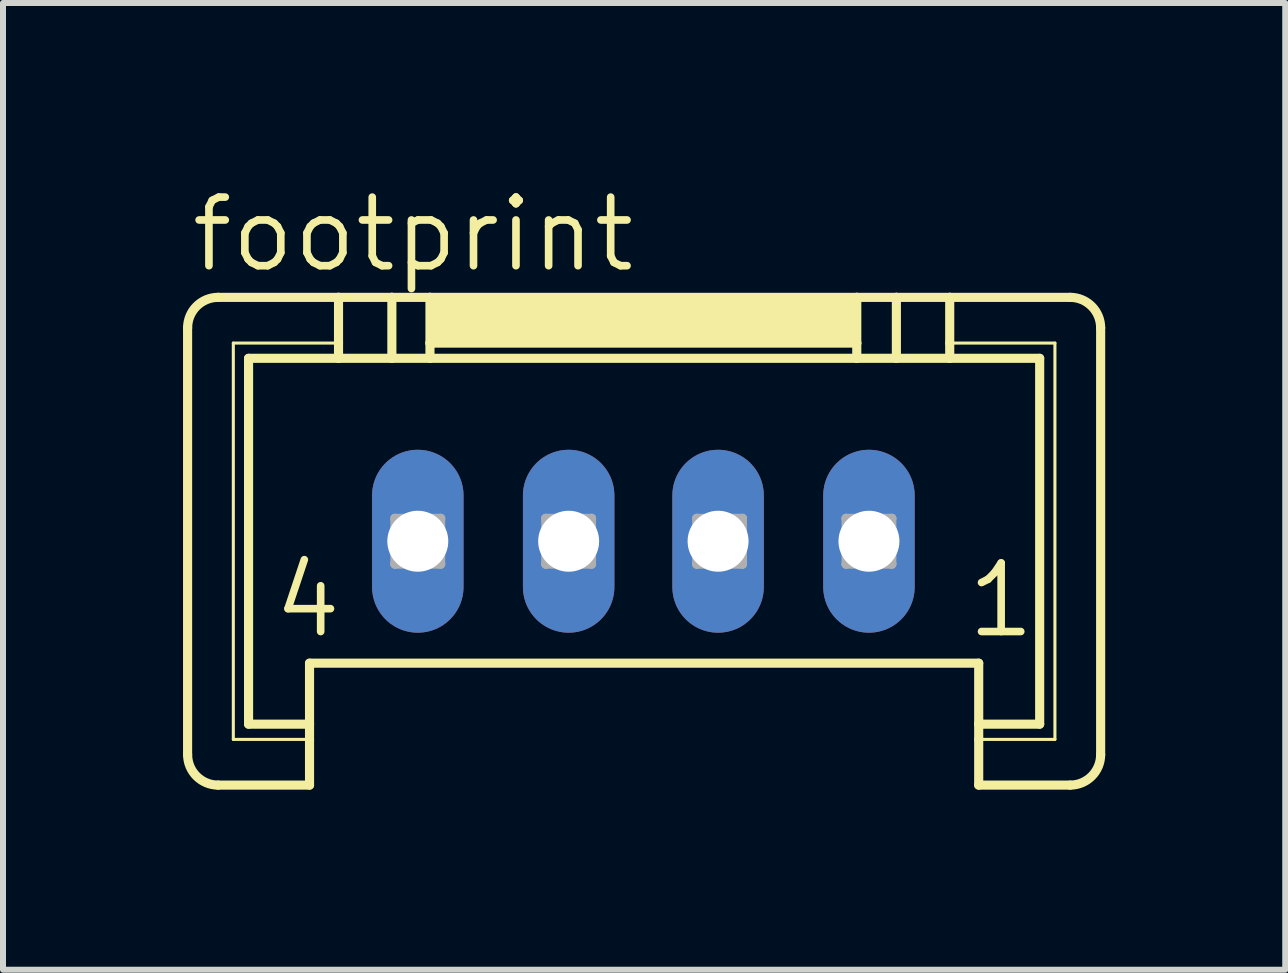
<source format=kicad_pcb>
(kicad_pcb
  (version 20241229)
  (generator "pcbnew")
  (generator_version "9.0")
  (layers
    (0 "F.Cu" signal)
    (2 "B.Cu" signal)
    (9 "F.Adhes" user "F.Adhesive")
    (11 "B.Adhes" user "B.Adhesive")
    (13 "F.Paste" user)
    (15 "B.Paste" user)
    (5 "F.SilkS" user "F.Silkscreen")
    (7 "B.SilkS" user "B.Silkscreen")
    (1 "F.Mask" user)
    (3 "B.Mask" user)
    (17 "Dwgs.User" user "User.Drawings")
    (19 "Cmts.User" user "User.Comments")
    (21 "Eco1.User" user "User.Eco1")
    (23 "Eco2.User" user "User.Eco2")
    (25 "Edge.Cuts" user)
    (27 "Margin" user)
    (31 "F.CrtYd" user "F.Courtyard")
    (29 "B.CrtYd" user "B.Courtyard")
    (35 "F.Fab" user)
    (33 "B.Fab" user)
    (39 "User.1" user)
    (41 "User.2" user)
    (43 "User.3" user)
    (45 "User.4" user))
  (footprint "footprint"
    (layer "F.Cu")
    (at 7.671 3.429)
    (property "Reference" "footprint" (at -7.595 -1.905 0) (layer "F.SilkS") (effects (font (size 1.143 1.143) (thickness 0.127)) (justify left bottom)))
    (fp_line (start -7.595 6.096) (end -7.595 -1.016) (stroke (width 0.152) (type solid)) (layer "F.SilkS"))
    (fp_line (start -7.087 -1.524) (end -5.08 -1.524) (stroke (width 0.152) (type solid)) (layer "F.SilkS"))
    (fp_line (start -6.833 -0.762) (end -5.08 -0.762) (stroke (width 0.051) (type solid)) (layer "F.SilkS"))
    (fp_line (start -6.833 5.842) (end -6.833 -0.762) (stroke (width 0.051) (type solid)) (layer "F.SilkS"))
    (fp_line (start -6.579 -0.508) (end -5.08 -0.508) (stroke (width 0.152) (type solid)) (layer "F.SilkS"))
    (fp_line (start -6.579 5.588) (end -6.579 -0.508) (stroke (width 0.152) (type solid)) (layer "F.SilkS"))
    (fp_line (start -5.563 5.588) (end -6.579 5.588) (stroke (width 0.152) (type solid)) (layer "F.SilkS"))
    (fp_line (start -5.563 5.588) (end -5.563 4.572) (stroke (width 0.152) (type solid)) (layer "F.SilkS"))
    (fp_line (start -5.563 5.588) (end -5.563 5.842) (stroke (width 0.152) (type solid)) (layer "F.SilkS"))
    (fp_line (start -5.563 5.842) (end -6.833 5.842) (stroke (width 0.051) (type solid)) (layer "F.SilkS"))
    (fp_line (start -5.563 5.842) (end -5.563 6.604) (stroke (width 0.152) (type solid)) (layer "F.SilkS"))
    (fp_line (start -5.563 6.604) (end -7.087 6.604) (stroke (width 0.152) (type solid)) (layer "F.SilkS"))
    (fp_line (start -5.08 -1.524) (end -5.08 -0.762) (stroke (width 0.152) (type solid)) (layer "F.SilkS"))
    (fp_line (start -5.08 -1.524) (end -4.191 -1.524) (stroke (width 0.152) (type solid)) (layer "F.SilkS"))
    (fp_line (start -5.08 -0.762) (end -5.08 -0.508) (stroke (width 0.152) (type solid)) (layer "F.SilkS"))
    (fp_line (start -5.08 -0.508) (end -4.191 -0.508) (stroke (width 0.152) (type solid)) (layer "F.SilkS"))
    (fp_line (start -4.191 -1.524) (end -4.191 -0.508) (stroke (width 0.152) (type solid)) (layer "F.SilkS"))
    (fp_line (start -4.191 -1.524) (end -3.556 -1.524) (stroke (width 0.152) (type solid)) (layer "F.SilkS"))
    (fp_line (start -4.191 -0.508) (end -3.556 -0.508) (stroke (width 0.152) (type solid)) (layer "F.SilkS"))
    (fp_line (start -3.556 -1.524) (end -3.556 -0.762) (stroke (width 0.152) (type solid)) (layer "F.SilkS"))
    (fp_line (start -3.556 -1.524) (end 3.556 -1.524) (stroke (width 0.152) (type solid)) (layer "F.SilkS"))
    (fp_line (start -3.556 -0.762) (end -3.556 -0.508) (stroke (width 0.152) (type solid)) (layer "F.SilkS"))
    (fp_line (start -3.556 -0.762) (end 3.556 -0.762) (stroke (width 0.152) (type solid)) (layer "F.SilkS"))
    (fp_line (start -3.556 -0.508) (end 3.556 -0.508) (stroke (width 0.152) (type solid)) (layer "F.SilkS"))
    (fp_line (start 3.556 -1.524) (end 3.556 -0.762) (stroke (width 0.152) (type solid)) (layer "F.SilkS"))
    (fp_line (start 3.556 -1.524) (end 4.216 -1.524) (stroke (width 0.152) (type solid)) (layer "F.SilkS"))
    (fp_line (start 3.556 -0.762) (end 3.556 -0.508) (stroke (width 0.152) (type solid)) (layer "F.SilkS"))
    (fp_line (start 3.556 -0.508) (end 4.216 -0.508) (stroke (width 0.152) (type solid)) (layer "F.SilkS"))
    (fp_line (start 4.216 -1.524) (end 4.216 -0.508) (stroke (width 0.152) (type solid)) (layer "F.SilkS"))
    (fp_line (start 4.216 -1.524) (end 5.105 -1.524) (stroke (width 0.152) (type solid)) (layer "F.SilkS"))
    (fp_line (start 4.216 -0.508) (end 5.105 -0.508) (stroke (width 0.152) (type solid)) (layer "F.SilkS"))
    (fp_line (start 5.105 -1.524) (end 5.105 -0.762) (stroke (width 0.152) (type solid)) (layer "F.SilkS"))
    (fp_line (start 5.105 -1.524) (end 7.112 -1.524) (stroke (width 0.152) (type solid)) (layer "F.SilkS"))
    (fp_line (start 5.105 -0.762) (end 5.105 -0.508) (stroke (width 0.152) (type solid)) (layer "F.SilkS"))
    (fp_line (start 5.105 -0.508) (end 6.604 -0.508) (stroke (width 0.152) (type solid)) (layer "F.SilkS"))
    (fp_line (start 5.588 4.572) (end -5.563 4.572) (stroke (width 0.152) (type solid)) (layer "F.SilkS"))
    (fp_line (start 5.588 5.588) (end 5.588 4.572) (stroke (width 0.152) (type solid)) (layer "F.SilkS"))
    (fp_line (start 5.588 5.842) (end 5.588 5.588) (stroke (width 0.152) (type solid)) (layer "F.SilkS"))
    (fp_line (start 5.588 6.604) (end 5.588 5.842) (stroke (width 0.152) (type solid)) (layer "F.SilkS"))
    (fp_line (start 6.604 -0.508) (end 6.604 5.588) (stroke (width 0.152) (type solid)) (layer "F.SilkS"))
    (fp_line (start 6.604 5.588) (end 5.588 5.588) (stroke (width 0.152) (type solid)) (layer "F.SilkS"))
    (fp_line (start 6.858 -0.762) (end 5.105 -0.762) (stroke (width 0.051) (type solid)) (layer "F.SilkS"))
    (fp_line (start 6.858 -0.762) (end 6.858 5.842) (stroke (width 0.051) (type solid)) (layer "F.SilkS"))
    (fp_line (start 6.858 5.842) (end 5.588 5.842) (stroke (width 0.051) (type solid)) (layer "F.SilkS"))
    (fp_line (start 7.112 6.604) (end 5.588 6.604) (stroke (width 0.152) (type solid)) (layer "F.SilkS"))
    (fp_line (start 7.62 -1.016) (end 7.62 6.096) (stroke (width 0.152) (type solid)) (layer "F.SilkS"))
    (fp_arc (start -7.5946 -1.016) (mid -7.44581 -1.37521) (end -7.0866 -1.524) (stroke (width 0.1524) (type solid)) (layer "F.SilkS"))
    (fp_arc (start -7.0866 6.604) (mid -7.44581 6.45521) (end -7.5946 6.096) (stroke (width 0.1524) (type solid)) (layer "F.SilkS"))
    (fp_arc (start 7.112 -1.524) (mid 7.47121 -1.37521) (end 7.62 -1.016) (stroke (width 0.1524) (type solid)) (layer "F.SilkS"))
    (fp_arc (start 7.62 6.096) (mid 7.47121 6.45521) (end 7.112 6.604) (stroke (width 0.1524) (type solid)) (layer "F.SilkS"))
    (fp_poly (pts (xy -3.556 -0.762) (xy 3.556 -0.762) (xy 3.556 -1.524) (xy -3.556 -1.524)) (stroke (width 0) (type solid)) (fill yes) (layer "F.SilkS"))
    (fp_line (start -4.14 2.159) (end -4.14 2.921) (stroke (width 0.152) (type solid)) (layer "F.Fab"))
    (fp_line (start -4.14 2.159) (end -3.378 2.921) (stroke (width 0.152) (type solid)) (layer "F.Fab"))
    (fp_line (start -4.14 2.921) (end -3.378 2.921) (stroke (width 0.152) (type solid)) (layer "F.Fab"))
    (fp_line (start -3.378 2.159) (end -4.14 2.159) (stroke (width 0.152) (type solid)) (layer "F.Fab"))
    (fp_line (start -3.378 2.159) (end -4.14 2.921) (stroke (width 0.152) (type solid)) (layer "F.Fab"))
    (fp_line (start -3.378 2.921) (end -3.378 2.159) (stroke (width 0.152) (type solid)) (layer "F.Fab"))
    (fp_line (start -1.626 2.159) (end -1.626 2.921) (stroke (width 0.152) (type solid)) (layer "F.Fab"))
    (fp_line (start -1.626 2.159) (end -0.864 2.921) (stroke (width 0.152) (type solid)) (layer "F.Fab"))
    (fp_line (start -1.626 2.921) (end -0.864 2.921) (stroke (width 0.152) (type solid)) (layer "F.Fab"))
    (fp_line (start -0.864 2.159) (end -1.626 2.159) (stroke (width 0.152) (type solid)) (layer "F.Fab"))
    (fp_line (start -0.864 2.159) (end -1.626 2.921) (stroke (width 0.152) (type solid)) (layer "F.Fab"))
    (fp_line (start -0.864 2.921) (end -0.864 2.159) (stroke (width 0.152) (type solid)) (layer "F.Fab"))
    (fp_line (start 0.889 2.159) (end 0.889 2.921) (stroke (width 0.152) (type solid)) (layer "F.Fab"))
    (fp_line (start 0.889 2.159) (end 1.651 2.921) (stroke (width 0.152) (type solid)) (layer "F.Fab"))
    (fp_line (start 0.889 2.921) (end 1.651 2.921) (stroke (width 0.152) (type solid)) (layer "F.Fab"))
    (fp_line (start 1.651 2.159) (end 0.889 2.159) (stroke (width 0.152) (type solid)) (layer "F.Fab"))
    (fp_line (start 1.651 2.159) (end 0.889 2.921) (stroke (width 0.152) (type solid)) (layer "F.Fab"))
    (fp_line (start 1.651 2.921) (end 1.651 2.159) (stroke (width 0.152) (type solid)) (layer "F.Fab"))
    (fp_line (start 3.378 2.159) (end 3.378 2.921) (stroke (width 0.152) (type solid)) (layer "F.Fab"))
    (fp_line (start 3.378 2.159) (end 4.14 2.921) (stroke (width 0.152) (type solid)) (layer "F.Fab"))
    (fp_line (start 3.378 2.921) (end 4.14 2.921) (stroke (width 0.152) (type solid)) (layer "F.Fab"))
    (fp_line (start 4.14 2.159) (end 3.378 2.159) (stroke (width 0.152) (type solid)) (layer "F.Fab"))
    (fp_line (start 4.14 2.159) (end 3.378 2.921) (stroke (width 0.152) (type solid)) (layer "F.Fab"))
    (fp_line (start 4.14 2.921) (end 4.14 2.159) (stroke (width 0.152) (type solid)) (layer "F.Fab"))
    (fp_text user "4" (at -6.223 4.191 0) (layer "F.SilkS") (effects (font (size 1.143 1.143) (thickness 0.127)) (justify left bottom)))
    (fp_text user "1" (at 5.334 4.191 0) (layer "F.SilkS") (effects (font (size 1.143 1.143) (thickness 0.127)) (justify left bottom)))
    (pad "1" thru_hole oval (at 3.759 2.54 90) (size 3.048 1.524) (drill 1.016) (layers "*.Cu" "*.Mask"))
    (pad "2" thru_hole oval (at 1.245 2.54 90) (size 3.048 1.524) (drill 1.016) (layers "*.Cu" "*.Mask"))
    (pad "3" thru_hole oval (at -1.245 2.54 90) (size 3.048 1.524) (drill 1.016) (layers "*.Cu" "*.Mask"))
    (pad "4" thru_hole oval (at -3.759 2.54 90) (size 3.048 1.524) (drill 1.016) (layers "*.Cu" "*.Mask")))
  (gr_rect
    (start -3 -3)
    (end 18.367 13.109)
    (stroke (width 0.1) (type default))
    (fill no)
    (layer "Edge.Cuts")))
</source>
